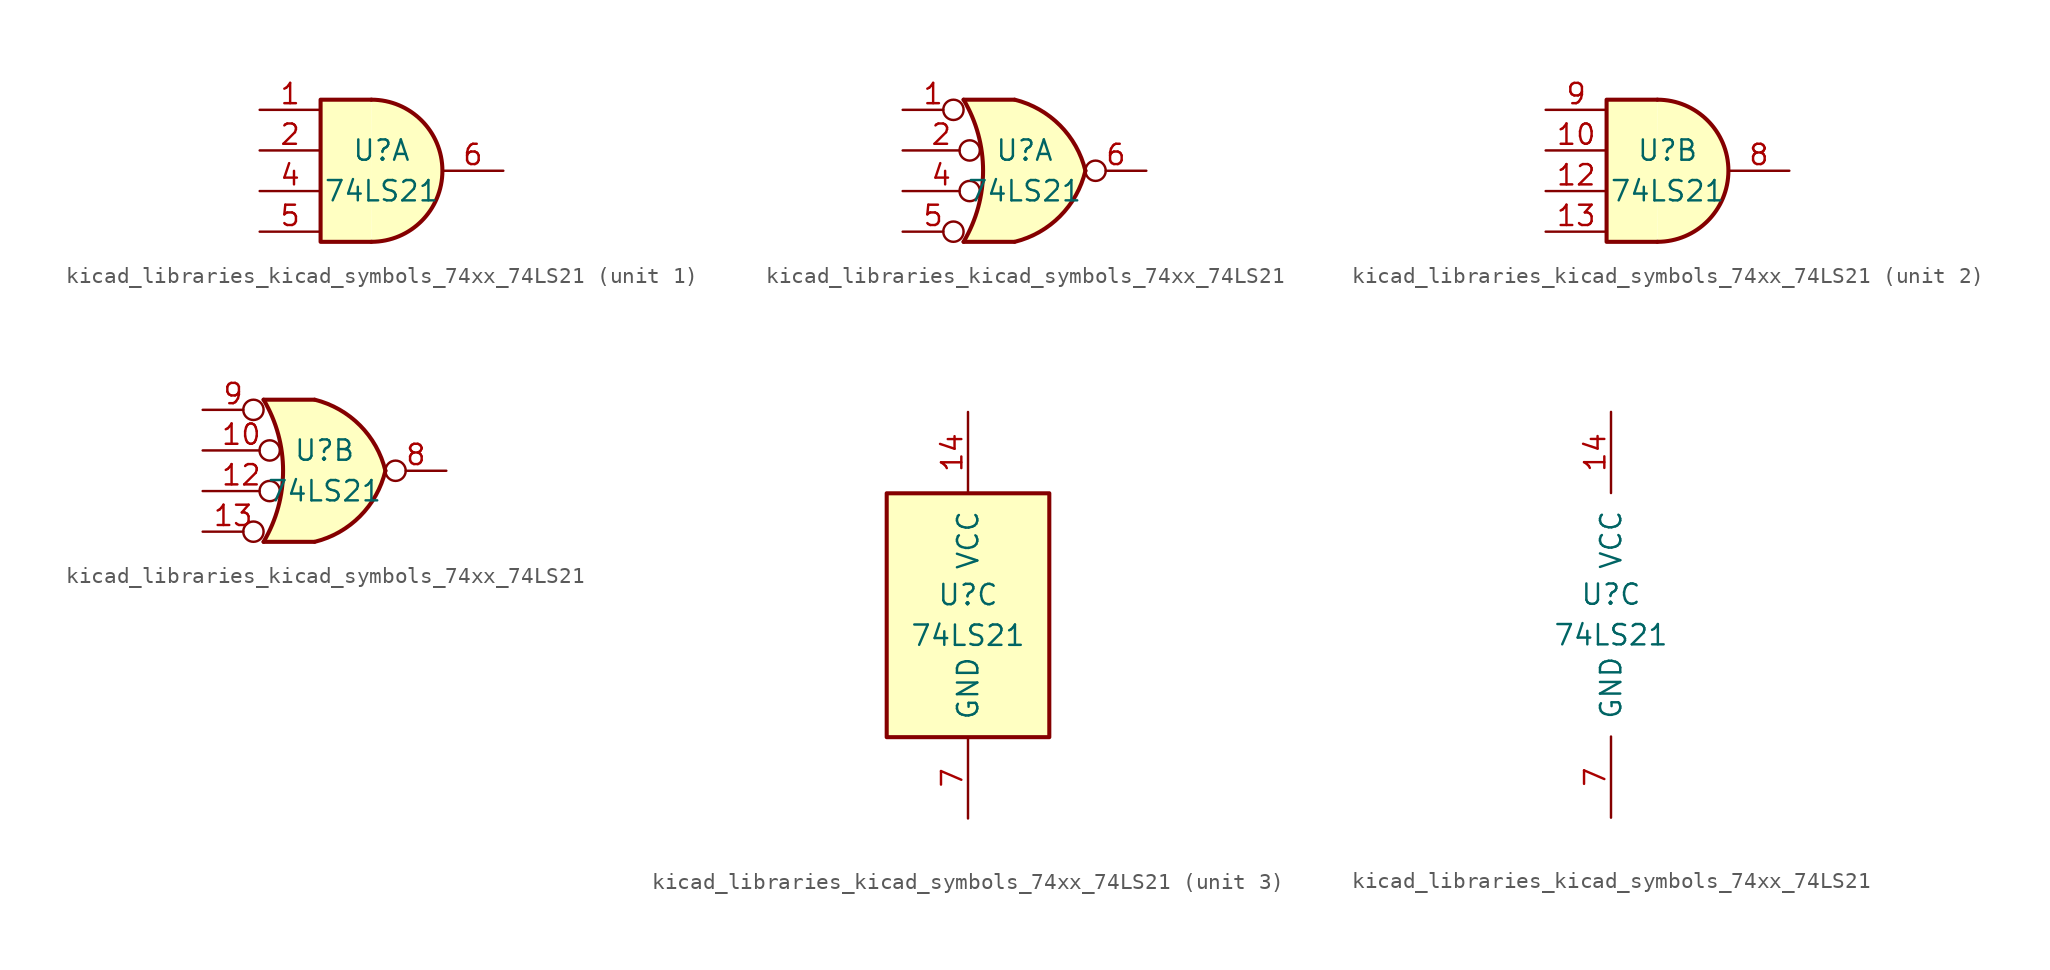
<source format=kicad_sym>
(kicad_symbol_lib
  (version 20220914)
  (generator kicad_symbol_editor)
  (symbol "kicad_libraries_kicad_symbols_74xx_74LS21"
    (pin_names
      (offset 1.016))
    (property "Reference" "U"
      (at 0 1.27 0)
      (effects (font (size 1.27 1.27))))
    (property "Value" "74LS21"
      (at 0 -1.27 0)
      (effects (font (size 1.27 1.27))))
    (property "ki_locked" ""
      (at 0 0 0)
      (effects (font (size 1.27 1.27))))
    (symbol "kicad_libraries_kicad_symbols_74xx_74LS21_1_1"
      (arc (start -0.635 -4.445) (mid 3.7907 0) (end -0.635 4.445) (stroke (width 0.254) (type default)) (fill (type background)))
      (polyline (pts (xy -0.635 4.445) (xy -3.81 4.445) (xy -3.81 -4.445) (xy -0.635 -4.445)) (stroke (width 0.254) (type default)) (fill (type background)))
      (pin input line (at -7.62 3.81 0) (length 3.81) (name "~" (effects (font (size 1.27 1.27)))) (number "1" (effects (font (size 1.27 1.27)))))
      (pin input line (at -7.62 1.27 0) (length 3.81) (name "~" (effects (font (size 1.27 1.27)))) (number "2" (effects (font (size 1.27 1.27)))))
      (pin input line (at -7.62 -1.27 0) (length 3.81) (name "~" (effects (font (size 1.27 1.27)))) (number "4" (effects (font (size 1.27 1.27)))))
      (pin input line (at -7.62 -3.81 0) (length 3.81) (name "~" (effects (font (size 1.27 1.27)))) (number "5" (effects (font (size 1.27 1.27)))))
      (pin output line (at 7.62 0 180) (length 3.81) (name "~" (effects (font (size 1.27 1.27)))) (number "6" (effects (font (size 1.27 1.27))))))
    (symbol "kicad_libraries_kicad_symbols_74xx_74LS21_1_2"
      (arc (start -3.81 -4.445) (mid -2.5908 0) (end -3.81 4.445) (stroke (width 0.254) (type default)) (fill (type none)))
      (arc (start -0.6096 -4.445) (mid 2.2246 -2.8422) (end 3.81 0) (stroke (width 0.254) (type default)) (fill (type background)))
      (polyline (pts (xy -3.81 -4.445) (xy -0.635 -4.445)) (stroke (width 0.254) (type default)) (fill (type background)))
      (polyline (pts (xy -3.81 4.445) (xy -0.635 4.445)) (stroke (width 0.254) (type default)) (fill (type background)))
      (polyline (pts (xy -0.635 4.445) (xy -3.81 4.445) (xy -3.81 4.445) (xy -3.632 4.089) (xy -3.099 2.921) (xy -2.769 1.676) (xy -2.616 0.432) (xy -2.642 -0.864) (xy -2.87 -2.108) (xy -3.251 -3.327) (xy -3.81 -4.445) (xy -3.81 -4.445) (xy -0.635 -4.445)) (stroke (width -25.4) (type default)) (fill (type background)))
      (arc (start 3.81 0) (mid 2.2204 2.8379) (end -0.6096 4.445) (stroke (width 0.254) (type default)) (fill (type background)))
      (pin input inverted (at -7.62 3.81 0) (length 3.81) (name "~" (effects (font (size 1.27 1.27)))) (number "1" (effects (font (size 1.27 1.27)))))
      (pin input inverted (at -7.62 1.27 0) (length 4.826) (name "~" (effects (font (size 1.27 1.27)))) (number "2" (effects (font (size 1.27 1.27)))))
      (pin input inverted (at -7.62 -1.27 0) (length 4.826) (name "~" (effects (font (size 1.27 1.27)))) (number "4" (effects (font (size 1.27 1.27)))))
      (pin input inverted (at -7.62 -3.81 0) (length 3.81) (name "~" (effects (font (size 1.27 1.27)))) (number "5" (effects (font (size 1.27 1.27)))))
      (pin output inverted (at 7.62 0 180) (length 3.81) (name "~" (effects (font (size 1.27 1.27)))) (number "6" (effects (font (size 1.27 1.27))))))
    (symbol "kicad_libraries_kicad_symbols_74xx_74LS21_2_1"
      (arc (start -0.635 -4.445) (mid 3.7907 0) (end -0.635 4.445) (stroke (width 0.254) (type default)) (fill (type background)))
      (polyline (pts (xy -0.635 4.445) (xy -3.81 4.445) (xy -3.81 -4.445) (xy -0.635 -4.445)) (stroke (width 0.254) (type default)) (fill (type background)))
      (pin input line (at -7.62 1.27 0) (length 3.81) (name "~" (effects (font (size 1.27 1.27)))) (number "10" (effects (font (size 1.27 1.27)))))
      (pin input line (at -7.62 -1.27 0) (length 3.81) (name "~" (effects (font (size 1.27 1.27)))) (number "12" (effects (font (size 1.27 1.27)))))
      (pin input line (at -7.62 -3.81 0) (length 3.81) (name "~" (effects (font (size 1.27 1.27)))) (number "13" (effects (font (size 1.27 1.27)))))
      (pin output line (at 7.62 0 180) (length 3.81) (name "~" (effects (font (size 1.27 1.27)))) (number "8" (effects (font (size 1.27 1.27)))))
      (pin input line (at -7.62 3.81 0) (length 3.81) (name "~" (effects (font (size 1.27 1.27)))) (number "9" (effects (font (size 1.27 1.27))))))
    (symbol "kicad_libraries_kicad_symbols_74xx_74LS21_2_2"
      (arc (start -3.81 -4.445) (mid -2.5908 0) (end -3.81 4.445) (stroke (width 0.254) (type default)) (fill (type none)))
      (arc (start -0.6096 -4.445) (mid 2.2246 -2.8422) (end 3.81 0) (stroke (width 0.254) (type default)) (fill (type background)))
      (polyline (pts (xy -3.81 -4.445) (xy -0.635 -4.445)) (stroke (width 0.254) (type default)) (fill (type background)))
      (polyline (pts (xy -3.81 4.445) (xy -0.635 4.445)) (stroke (width 0.254) (type default)) (fill (type background)))
      (polyline (pts (xy -0.635 4.445) (xy -3.81 4.445) (xy -3.81 4.445) (xy -3.632 4.089) (xy -3.099 2.921) (xy -2.769 1.676) (xy -2.616 0.432) (xy -2.642 -0.864) (xy -2.87 -2.108) (xy -3.251 -3.327) (xy -3.81 -4.445) (xy -3.81 -4.445) (xy -0.635 -4.445)) (stroke (width -25.4) (type default)) (fill (type background)))
      (arc (start 3.81 0) (mid 2.2204 2.8379) (end -0.6096 4.445) (stroke (width 0.254) (type default)) (fill (type background)))
      (pin input inverted (at -7.62 1.27 0) (length 4.826) (name "~" (effects (font (size 1.27 1.27)))) (number "10" (effects (font (size 1.27 1.27)))))
      (pin input inverted (at -7.62 -1.27 0) (length 4.826) (name "~" (effects (font (size 1.27 1.27)))) (number "12" (effects (font (size 1.27 1.27)))))
      (pin input inverted (at -7.62 -3.81 0) (length 3.81) (name "~" (effects (font (size 1.27 1.27)))) (number "13" (effects (font (size 1.27 1.27)))))
      (pin output inverted (at 7.62 0 180) (length 3.81) (name "~" (effects (font (size 1.27 1.27)))) (number "8" (effects (font (size 1.27 1.27)))))
      (pin input inverted (at -7.62 3.81 0) (length 3.81) (name "~" (effects (font (size 1.27 1.27)))) (number "9" (effects (font (size 1.27 1.27))))))
    (symbol "kicad_libraries_kicad_symbols_74xx_74LS21_3_0"
      (pin power_in line (at 0 12.7 270) (length 5.08) (name "VCC" (effects (font (size 1.27 1.27)))) (number "14" (effects (font (size 1.27 1.27)))))
      (pin power_in line (at 0 -12.7 90) (length 5.08) (name "GND" (effects (font (size 1.27 1.27)))) (number "7" (effects (font (size 1.27 1.27))))))
    (symbol "kicad_libraries_kicad_symbols_74xx_74LS21_3_1"
      (rectangle (start -5.08 7.62) (end 5.08 -7.62) (stroke (width 0.254) (type default)) (fill (type background))))))
</source>
